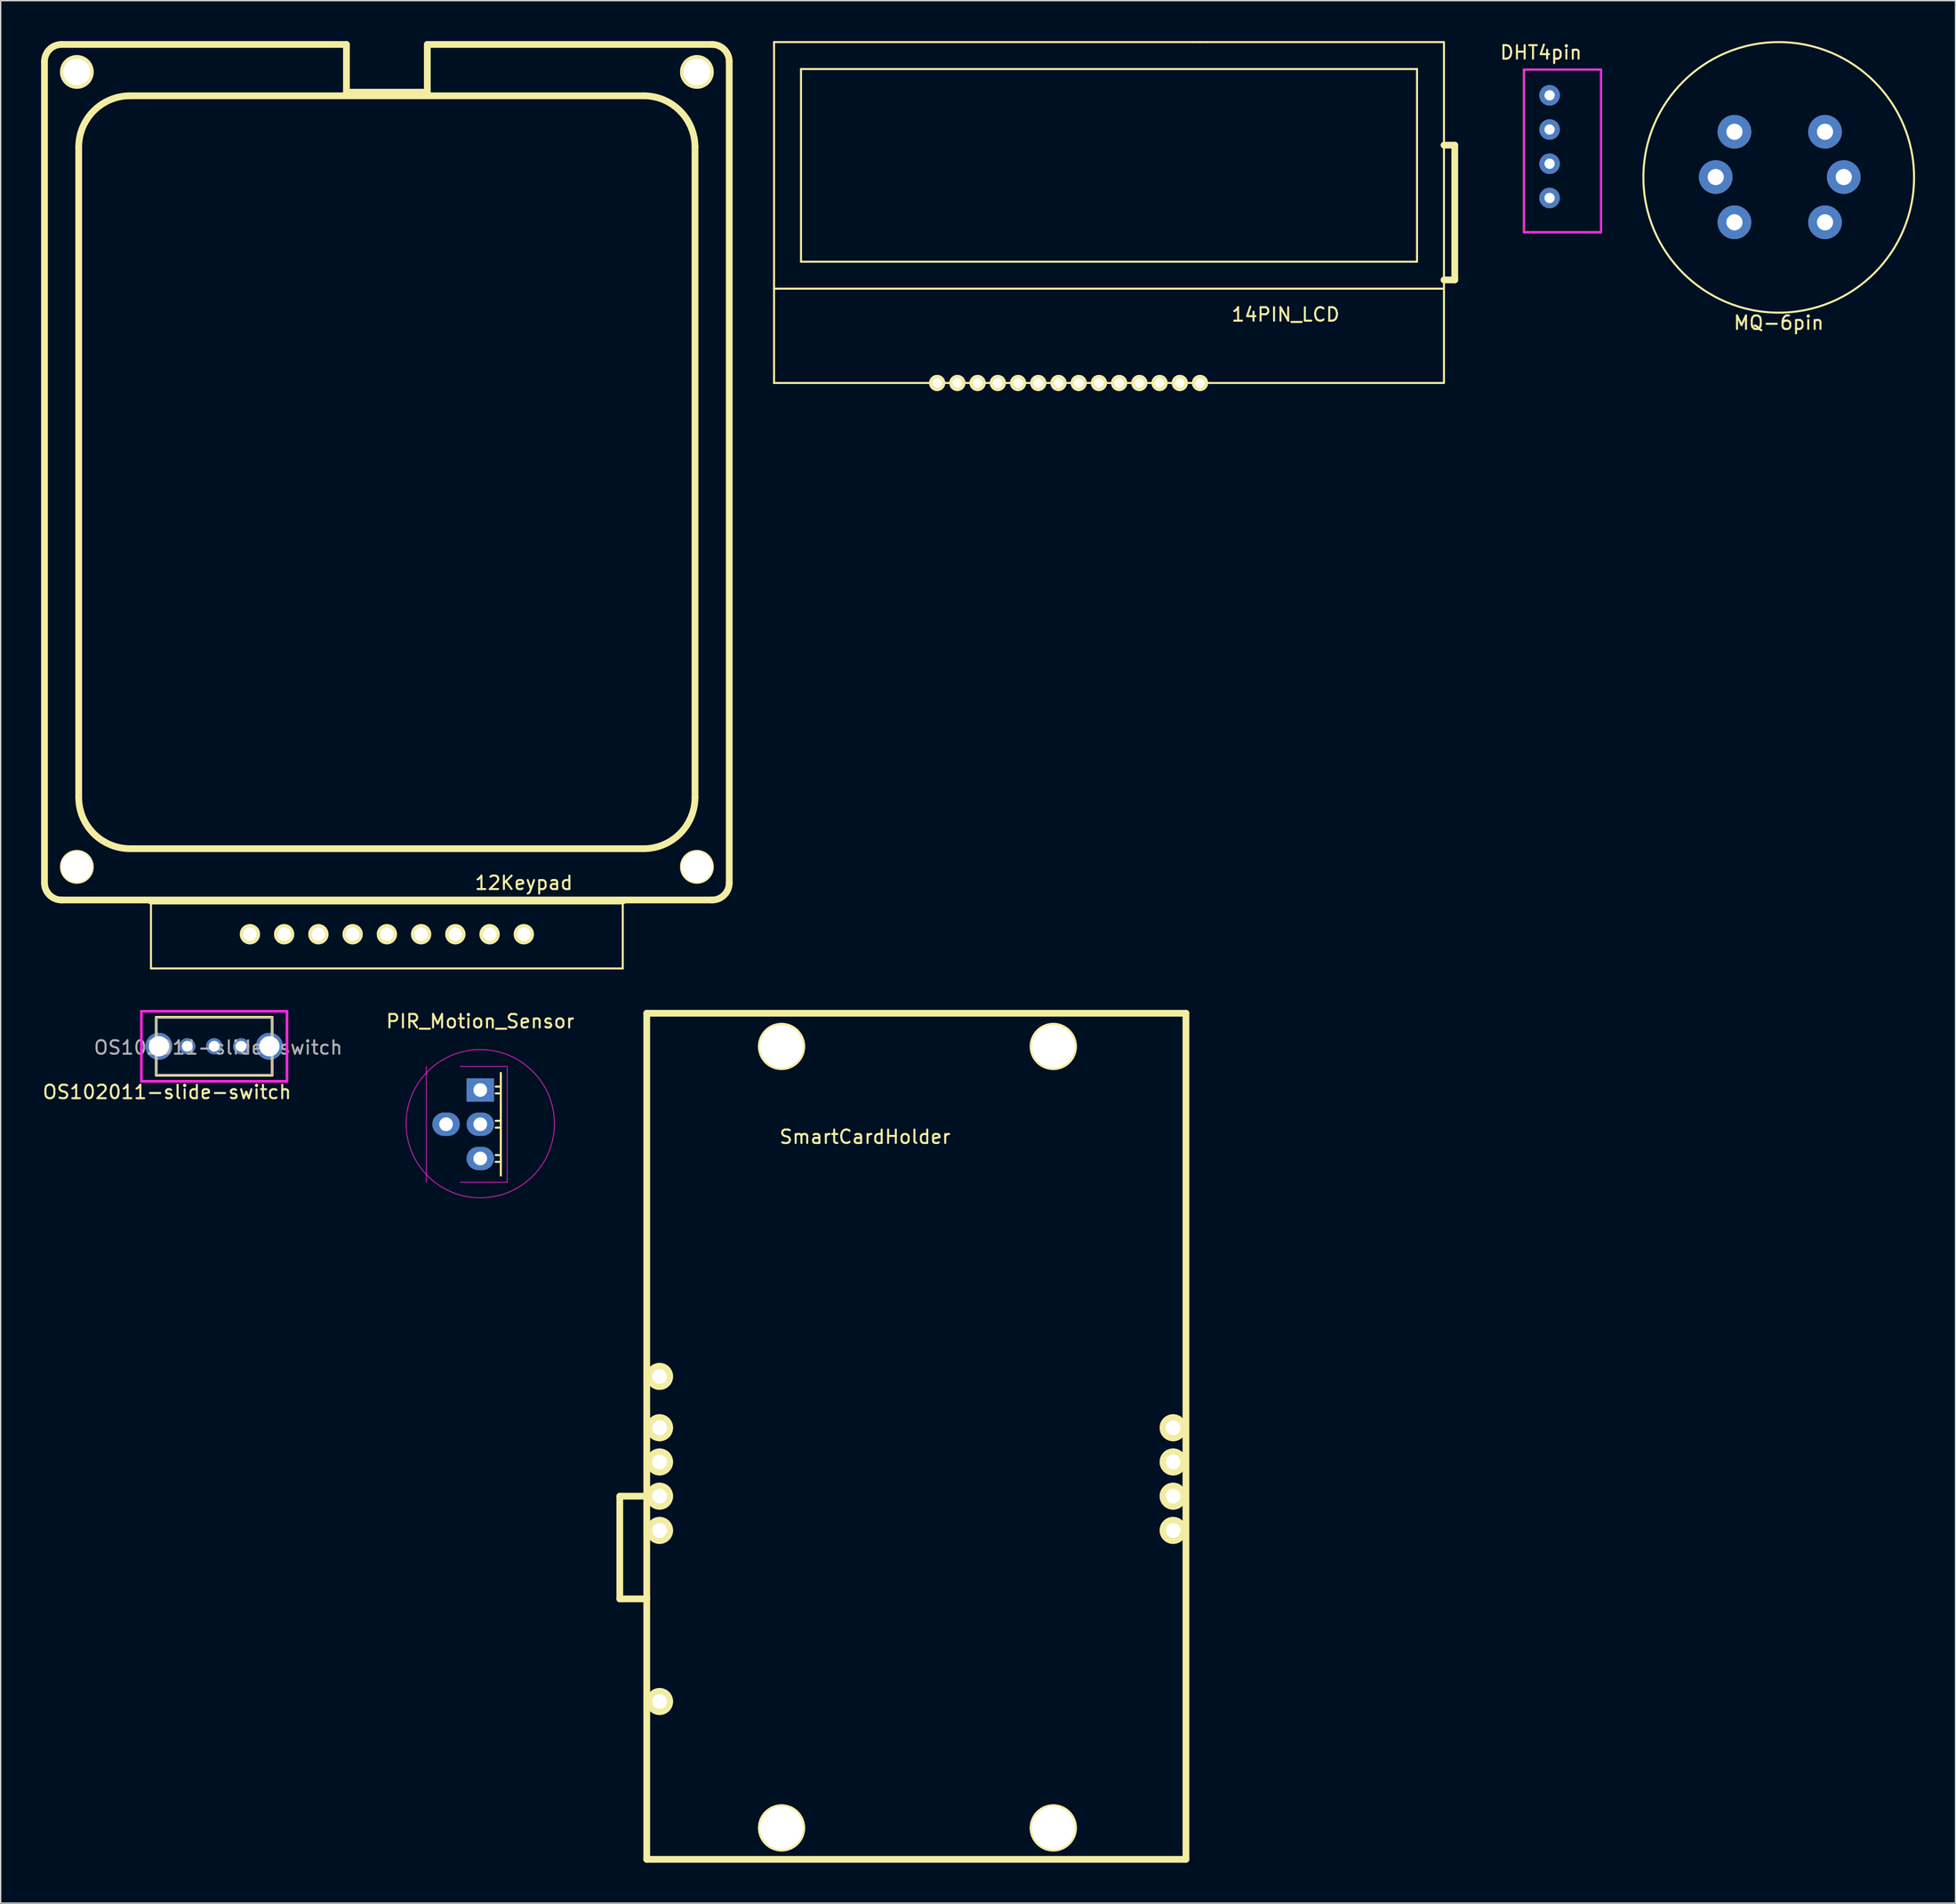
<source format=kicad_pcb>
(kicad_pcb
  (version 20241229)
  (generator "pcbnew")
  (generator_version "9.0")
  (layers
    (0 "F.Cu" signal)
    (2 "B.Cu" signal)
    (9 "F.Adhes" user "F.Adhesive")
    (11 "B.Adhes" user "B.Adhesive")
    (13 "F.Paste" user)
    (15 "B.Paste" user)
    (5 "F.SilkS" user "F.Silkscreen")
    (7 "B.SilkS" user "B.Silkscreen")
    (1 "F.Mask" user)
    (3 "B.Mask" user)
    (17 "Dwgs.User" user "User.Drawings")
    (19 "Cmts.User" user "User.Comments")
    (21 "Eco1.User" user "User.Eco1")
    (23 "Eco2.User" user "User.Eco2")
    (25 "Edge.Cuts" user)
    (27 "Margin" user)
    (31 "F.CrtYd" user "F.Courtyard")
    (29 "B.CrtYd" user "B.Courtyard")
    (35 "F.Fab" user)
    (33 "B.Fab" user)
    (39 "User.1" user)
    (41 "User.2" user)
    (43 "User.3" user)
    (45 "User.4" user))
  (footprint "PIR_Motion_Sensor"
    (layer "F.Cu")
    (at 32.58 77.853)
    (property "Reference" "PIR_Motion_Sensor" (at 0 -5.1 0) (layer "F.SilkS") (effects (font (size 1 1) (thickness 0.15))))
    (attr through_hole)
    (fp_line (start 1.524 -1.27) (end 1.524 1.27) (stroke (width 0.15) (type solid)) (layer "F.SilkS"))
    (fp_line (start 1.524 -0.254) (end 1.143 -0.254) (stroke (width 0.15) (type solid)) (layer "F.SilkS"))
    (fp_line (start 1.524 0.254) (end 1.143 0.254) (stroke (width 0.15) (type solid)) (layer "F.SilkS"))
    (fp_line (start 1.524 1.27) (end 1.524 3.81) (stroke (width 0.15) (type solid)) (layer "F.SilkS"))
    (fp_line (start 1.524 2.286) (end 1.143 2.286) (stroke (width 0.15) (type solid)) (layer "F.SilkS"))
    (fp_line (start 1.524 2.794) (end 1.143 2.794) (stroke (width 0.15) (type solid)) (layer "F.SilkS"))
    (fp_line (start 1.524 3.81) (end 1.524 6.35) (stroke (width 0.15) (type solid)) (layer "F.SilkS"))
    (fp_line (start 1.524 4.826) (end 1.143 4.826) (stroke (width 0.15) (type solid)) (layer "F.SilkS"))
    (fp_line (start 1.524 5.334) (end 1.143 5.334) (stroke (width 0.15) (type solid)) (layer "F.SilkS"))
    (fp_line (start -4 -1.75) (end -4 6.85) (stroke (width 0.05) (type solid)) (layer "F.CrtYd"))
    (fp_line (start -1.5 -1.75) (end 2 -1.75) (stroke (width 0.05) (type solid)) (layer "F.CrtYd"))
    (fp_line (start -1.5 6.85) (end 2 6.85) (stroke (width 0.05) (type solid)) (layer "F.CrtYd"))
    (fp_line (start 2 -1.7) (end 2 6.85) (stroke (width 0.05) (type solid)) (layer "F.CrtYd"))
    (fp_circle (center 0 2.5) (end 5.5 2.5) (stroke (width 0.05) (type solid)) (fill no) (layer "F.CrtYd"))
    (pad "1" thru_hole rect (at 0 0) (size 2.032 1.727) (drill 1.016) (layers "*.Cu" "*.Mask"))
    (pad "2" thru_hole oval (at -2.54 2.54) (size 2.032 1.727) (drill 1.016) (layers "*.Cu" "*.Mask"))
    (pad "2" thru_hole oval (at 0 2.54) (size 2.032 1.727) (drill 1.016) (layers "*.Cu" "*.Mask"))
    (pad "3" thru_hole oval (at 0 5.08) (size 2.032 1.727) (drill 1.016) (layers "*.Cu" "*.Mask")))
  (footprint "DHT4pin"
    (layer "F.Cu")
    (at 111.909 7.833)
    (property "Reference" "DHT4pin" (at -0.635 -6.985 0) (layer "F.SilkS") (effects (font (size 1 1) (thickness 0.15))))
    (attr smd)
    (fp_line (start -1.905 -5.715) (end 3.81 -5.715) (stroke (width 0.15) (type solid)) (layer "F.SilkS"))
    (fp_line (start -1.905 6.35) (end -1.905 -5.715) (stroke (width 0.15) (type solid)) (layer "F.SilkS"))
    (fp_line (start 3.81 -5.715) (end 3.81 6.35) (stroke (width 0.15) (type solid)) (layer "F.SilkS"))
    (fp_line (start 3.81 6.35) (end -1.905 6.35) (stroke (width 0.15) (type solid)) (layer "F.SilkS"))
    (fp_line (start -1.905 -5.715) (end 3.81 -5.715) (stroke (width 0.15) (type solid)) (layer "F.CrtYd"))
    (fp_line (start -1.905 6.35) (end -1.905 -5.715) (stroke (width 0.15) (type solid)) (layer "F.CrtYd"))
    (fp_line (start 3.81 -5.715) (end 3.81 6.35) (stroke (width 0.15) (type solid)) (layer "F.CrtYd"))
    (fp_line (start 3.81 6.35) (end -1.905 6.35) (stroke (width 0.15) (type solid)) (layer "F.CrtYd"))
    (pad "1" thru_hole circle (at 0 3.81 90) (size 1.524 1.524) (drill 0.762) (layers "*.Cu" "*.Paste" "*.Mask"))
    (pad "2" thru_hole circle (at 0 1.27 90) (size 1.524 1.524) (drill 0.762) (layers "*.Cu" "*.Paste" "*.Mask"))
    (pad "3" thru_hole circle (at 0 -1.27 90) (size 1.524 1.524) (drill 0.762) (layers "*.Cu" "*.Paste" "*.Mask"))
    (pad "4" thru_hole circle (at 0 -3.81 90) (size 1.524 1.524) (drill 0.762) (layers "*.Cu" "*.Paste" "*.Mask")))
  (footprint "14PIN_LCD"
    (layer "F.Cu")
    (at 85.975 25.375)
    (property "Reference" "14PIN_LCD" (at 6.35 -5.08 0) (layer "F.SilkS") (effects (font (size 1 1) (thickness 0.15))))
    (attr through_hole)
    (fp_line (start -31.6 -7) (end 18.1 -7) (stroke (width 0.15) (type solid)) (layer "F.SilkS"))
    (fp_line (start -31.6 0) (end -31.6 -25.3) (stroke (width 0.15) (type solid)) (layer "F.SilkS"))
    (fp_line (start -29.6 -23.3) (end 16.1 -23.3) (stroke (width 0.15) (type solid)) (layer "F.SilkS"))
    (fp_line (start -29.6 -9) (end -29.6 -23.3) (stroke (width 0.15) (type solid)) (layer "F.SilkS"))
    (fp_line (start -29.6 -9) (end 16.1 -9) (stroke (width 0.15) (type solid)) (layer "F.SilkS"))
    (fp_line (start 0 -25.3) (end -31.6 -25.3) (stroke (width 0.15) (type solid)) (layer "F.SilkS"))
    (fp_line (start 0 -25.3) (end 18.1 -25.3) (stroke (width 0.15) (type solid)) (layer "F.SilkS"))
    (fp_line (start 0 0) (end -31.6 0) (stroke (width 0.15) (type solid)) (layer "F.SilkS"))
    (fp_line (start 0 0) (end 18.1 0) (stroke (width 0.15) (type solid)) (layer "F.SilkS"))
    (fp_line (start 16.1 -9) (end 16.1 -23.3) (stroke (width 0.15) (type solid)) (layer "F.SilkS"))
    (fp_line (start 18.1 -17.65) (end 18.9 -17.65) (stroke (width 0.5) (type solid)) (layer "F.SilkS"))
    (fp_line (start 18.1 -7.65) (end 18.9 -7.65) (stroke (width 0.5) (type solid)) (layer "F.SilkS"))
    (fp_line (start 18.1 0) (end 18.1 -25.3) (stroke (width 0.15) (type solid)) (layer "F.SilkS"))
    (fp_line (start 18.9 -17.65) (end 18.9 -7.65) (stroke (width 0.5) (type solid)) (layer "F.SilkS"))
    (pad "1" thru_hole circle (at 0 0) (size 1.2 1.2) (drill 0.7) (layers "*.Cu" "*.Mask" "F.SilkS"))
    (pad "2" thru_hole circle (at -1.5 0) (size 1.2 1.2) (drill 0.7) (layers "*.Cu" "*.Mask" "F.SilkS"))
    (pad "3" thru_hole circle (at -3 0) (size 1.2 1.2) (drill 0.7) (layers "*.Cu" "*.Mask" "F.SilkS"))
    (pad "4" thru_hole circle (at -4.5 0) (size 1.2 1.2) (drill 0.7) (layers "*.Cu" "*.Mask" "F.SilkS"))
    (pad "5" thru_hole circle (at -6 0) (size 1.2 1.2) (drill 0.7) (layers "*.Cu" "*.Mask" "F.SilkS"))
    (pad "6" thru_hole circle (at -7.5 0) (size 1.2 1.2) (drill 0.7) (layers "*.Cu" "*.Mask" "F.SilkS"))
    (pad "7" thru_hole circle (at -9 0) (size 1.2 1.2) (drill 0.7) (layers "*.Cu" "*.Mask" "F.SilkS"))
    (pad "8" thru_hole circle (at -10.5 0) (size 1.2 1.2) (drill 0.7) (layers "*.Cu" "*.Mask" "F.SilkS"))
    (pad "9" thru_hole circle (at -12 0) (size 1.2 1.2) (drill 0.7) (layers "*.Cu" "*.Mask" "F.SilkS"))
    (pad "10" thru_hole circle (at -13.5 0) (size 1.2 1.2) (drill 0.7) (layers "*.Cu" "*.Mask" "F.SilkS"))
    (pad "11" thru_hole circle (at -15 0) (size 1.2 1.2) (drill 0.7) (layers "*.Cu" "*.Mask" "F.SilkS"))
    (pad "12" thru_hole circle (at -16.5 0) (size 1.2 1.2) (drill 0.7) (layers "*.Cu" "*.Mask" "F.SilkS"))
    (pad "13" thru_hole circle (at -18 0) (size 1.2 1.2) (drill 0.7) (layers "*.Cu" "*.Mask" "F.SilkS"))
    (pad "14" thru_hole circle (at -19.5 0) (size 1.2 1.2) (drill 0.7) (layers "*.Cu" "*.Mask" "F.SilkS")))
  (footprint "12Keypad"
    (layer "F.Cu")
    (at 25.65 66.29)
    (property "Reference" "12Keypad" (at 10.16 -3.81 0) (layer "F.SilkS") (effects (font (size 1 1) (thickness 0.15))))
    (attr through_hole)
    (fp_line (start -25.4 -3.81) (end -25.4 -64.77) (stroke (width 0.5) (type solid)) (layer "F.SilkS"))
    (fp_line (start -24.13 -66.04) (end -3 -66.04) (stroke (width 0.5) (type solid)) (layer "F.SilkS"))
    (fp_line (start -24.13 -2.54) (end 24.13 -2.54) (stroke (width 0.5) (type solid)) (layer "F.SilkS"))
    (fp_line (start -22.86 -58.42) (end -22.86 -10.16) (stroke (width 0.5) (type solid)) (layer "F.SilkS"))
    (fp_line (start -19.05 -62.23) (end 19.05 -62.23) (stroke (width 0.5) (type solid)) (layer "F.SilkS"))
    (fp_line (start -19.05 -6.35) (end 19.05 -6.35) (stroke (width 0.5) (type solid)) (layer "F.SilkS"))
    (fp_line (start -17.5 2.54) (end -17.5 -2.46) (stroke (width 0.15) (type solid)) (layer "F.SilkS"))
    (fp_line (start -17.5 2.54) (end 17.5 2.54) (stroke (width 0.15) (type solid)) (layer "F.SilkS"))
    (fp_line (start -3 -62.5) (end -3 -66.04) (stroke (width 0.5) (type solid)) (layer "F.SilkS"))
    (fp_line (start 3 -66.04) (end 24.13 -66.04) (stroke (width 0.5) (type solid)) (layer "F.SilkS"))
    (fp_line (start 3 -62.5) (end -3 -62.5) (stroke (width 0.5) (type solid)) (layer "F.SilkS"))
    (fp_line (start 3 -62.5) (end 3 -66.04) (stroke (width 0.5) (type solid)) (layer "F.SilkS"))
    (fp_line (start 17.5 -2.46) (end -17.5 -2.46) (stroke (width 0.5) (type solid)) (layer "F.SilkS"))
    (fp_line (start 17.5 2.54) (end 17.5 -2.46) (stroke (width 0.15) (type solid)) (layer "F.SilkS"))
    (fp_line (start 22.86 -58.42) (end 22.86 -10.16) (stroke (width 0.5) (type solid)) (layer "F.SilkS"))
    (fp_line (start 25.4 -3.81) (end 25.4 -64.77) (stroke (width 0.5) (type solid)) (layer "F.SilkS"))
    (fp_arc (start -25.4 -64.77) (mid -25.028026 -65.668026) (end -24.13 -66.04) (stroke (width 0.5) (type solid)) (layer "F.SilkS"))
    (fp_arc (start -24.13 -2.54) (mid -25.028026 -2.911974) (end -25.4 -3.81) (stroke (width 0.5) (type solid)) (layer "F.SilkS"))
    (fp_arc (start -22.86 -58.42) (mid -21.744077 -61.114077) (end -19.05 -62.23) (stroke (width 0.5) (type solid)) (layer "F.SilkS"))
    (fp_arc (start -19.05 -6.35) (mid -21.744077 -7.465923) (end -22.86 -10.16) (stroke (width 0.5) (type solid)) (layer "F.SilkS"))
    (fp_arc (start 19.05 -62.23) (mid 21.744077 -61.114077) (end 22.86 -58.42) (stroke (width 0.5) (type solid)) (layer "F.SilkS"))
    (fp_arc (start 22.86 -10.16) (mid 21.744077 -7.465923) (end 19.05 -6.35) (stroke (width 0.5) (type solid)) (layer "F.SilkS"))
    (fp_arc (start 24.13 -66.04) (mid 25.028026 -65.668026) (end 25.4 -64.77) (stroke (width 0.5) (type solid)) (layer "F.SilkS"))
    (fp_arc (start 25.4 -3.81) (mid 25.028026 -2.911974) (end 24.13 -2.54) (stroke (width 0.5) (type solid)) (layer "F.SilkS"))
    (pad "" np_thru_hole circle (at -23 -64) (size 2.5 2.5) (drill 2) (layers "*.Cu" "*.Mask" "F.SilkS"))
    (pad "" np_thru_hole circle (at -23 -5) (size 2.5 2.5) (drill 2.3) (layers "*.Cu" "*.Mask" "F.SilkS"))
    (pad "" np_thru_hole circle (at -10.16 0) (size 1.5 1.5) (drill 1) (layers "*.Cu" "*.Mask" "F.SilkS"))
    (pad "" np_thru_hole circle (at 10.16 0) (size 1.5 1.5) (drill 1) (layers "*.Cu" "*.Mask" "F.SilkS"))
    (pad "" np_thru_hole circle (at 23 -64) (size 2.5 2.5) (drill 2) (layers "*.Cu" "*.Mask" "F.SilkS"))
    (pad "" np_thru_hole circle (at 23 -5) (size 2.5 2.5) (drill 2.3) (layers "*.Cu" "*.Mask" "F.SilkS"))
    (pad "1" thru_hole circle (at -7.62 0) (size 1.5 1.5) (drill 1) (layers "*.Cu" "*.Mask" "F.SilkS"))
    (pad "2" thru_hole circle (at -5.08 0) (size 1.5 1.5) (drill 1) (layers "*.Cu" "*.Mask" "F.SilkS"))
    (pad "3" thru_hole circle (at -2.54 0) (size 1.5 1.5) (drill 1) (layers "*.Cu" "*.Mask" "F.SilkS"))
    (pad "4" thru_hole circle (at 0 0) (size 1.5 1.5) (drill 1) (layers "*.Cu" "*.Mask" "F.SilkS"))
    (pad "5" thru_hole circle (at 2.54 0) (size 1.5 1.5) (drill 1) (layers "*.Cu" "*.Mask" "F.SilkS"))
    (pad "6" thru_hole circle (at 5.08 0) (size 1.5 1.5) (drill 1) (layers "*.Cu" "*.Mask" "F.SilkS"))
    (pad "7" thru_hole circle (at 7.62 0) (size 1.5 1.5) (drill 1) (layers "*.Cu" "*.Mask" "F.SilkS")))
  (footprint "MQ-6pin"
    (layer "F.Cu")
    (at 128.909 10.115)
    (property "Reference" "MQ-6pin" (at 0 10.795 0) (layer "F.SilkS") (effects (font (size 1 1) (thickness 0.15))))
    (attr smd)
    (fp_circle (center 0 0) (end 8.255 5.715) (stroke (width 0.15) (type solid)) (fill no) (layer "F.SilkS"))
    (pad "A" thru_hole circle (at -3.284 -3.384) (size 2.5 2.5) (drill 1.2) (layers "*.Cu" "*.Paste" "*.Mask"))
    (pad "A" thru_hole circle (at -3.284 3.334) (size 2.5 2.5) (drill 1.2) (layers "*.Cu" "*.Paste" "*.Mask"))
    (pad "B" thru_hole circle (at 3.434 -3.384) (size 2.5 2.5) (drill 1.2) (layers "*.Cu" "*.Paste" "*.Mask"))
    (pad "B" thru_hole circle (at 3.434 3.334) (size 2.5 2.5) (drill 1.2) (layers "*.Cu" "*.Paste" "*.Mask"))
    (pad "H1" thru_hole circle (at -4.675 -0.025) (size 2.5 2.5) (drill 1.2) (layers "*.Cu" "*.Paste" "*.Mask"))
    (pad "H2" thru_hole circle (at 4.825 -0.025) (size 2.5 2.5) (drill 1.2) (layers "*.Cu" "*.Paste" "*.Mask")))
  (footprint "SmartCardHolder"
    (layer "F.Cu")
    (at 64.931 102.92)
    (property "Reference" "SmartCardHolder" (at -3.81 -21.59 0) (layer "F.SilkS") (effects (font (size 1 1) (thickness 0.15))))
    (attr through_hole)
    (fp_line (start -22 5.08) (end -22 12.7) (stroke (width 0.5) (type solid)) (layer "F.SilkS"))
    (fp_line (start -20 -30.765) (end -20 32.035) (stroke (width 0.5) (type solid)) (layer "F.SilkS"))
    (fp_line (start -20 -30.765) (end 20 -30.765) (stroke (width 0.5) (type solid)) (layer "F.SilkS"))
    (fp_line (start -20 5.08) (end -22 5.08) (stroke (width 0.5) (type solid)) (layer "F.SilkS"))
    (fp_line (start -20 12.7) (end -22 12.7) (stroke (width 0.5) (type solid)) (layer "F.SilkS"))
    (fp_line (start -20 32.035) (end 20 32.035) (stroke (width 0.5) (type solid)) (layer "F.SilkS"))
    (fp_line (start 20 -30.765) (end 20 32.035) (stroke (width 0.5) (type solid)) (layer "F.SilkS"))
    (pad "" np_thru_hole circle (at -10 -28.3) (size 3.5 3.5) (drill 3.2) (layers "*.Cu" "*.Mask" "F.SilkS"))
    (pad "" np_thru_hole circle (at -10 29.7) (size 3.5 3.5) (drill 3.2) (layers "*.Cu" "*.Mask" "F.SilkS"))
    (pad "" np_thru_hole circle (at 10.16 -28.3) (size 3.5 3.5) (drill 3.2) (layers "*.Cu" "*.Mask" "F.SilkS"))
    (pad "" np_thru_hole circle (at 10.16 29.7) (size 3.5 3.5) (drill 3.2) (layers "*.Cu" "*.Mask" "F.SilkS"))
    (pad "1" thru_hole circle (at -19.05 7.62) (size 2 2) (drill 1.1) (layers "*.Cu" "*.Mask" "F.SilkS"))
    (pad "2" thru_hole circle (at -19.05 5.08) (size 2 2) (drill 1.1) (layers "*.Cu" "*.Mask" "F.SilkS"))
    (pad "3" thru_hole circle (at -19.05 2.54) (size 2 2) (drill 1.1) (layers "*.Cu" "*.Mask" "F.SilkS"))
    (pad "4" thru_hole circle (at -19.05 0) (size 2 2) (drill 1.1) (layers "*.Cu" "*.Mask" "F.SilkS"))
    (pad "5" thru_hole circle (at 19.05 7.62) (size 2 2) (drill 1.1) (layers "*.Cu" "*.Mask" "F.SilkS"))
    (pad "6" thru_hole circle (at 19.05 5.08) (size 2 2) (drill 1.1) (layers "*.Cu" "*.Mask" "F.SilkS"))
    (pad "7" thru_hole circle (at 19.05 2.54) (size 2 2) (drill 1.1) (layers "*.Cu" "*.Mask" "F.SilkS"))
    (pad "8" thru_hole circle (at 19.05 0) (size 2 2) (drill 1.1) (layers "*.Cu" "*.Mask" "F.SilkS"))
    (pad "9" thru_hole circle (at -19.05 -3.81) (size 2 2) (drill 1.1) (layers "*.Cu" "*.Mask" "F.SilkS"))
    (pad "10" thru_hole circle (at -19.05 20.32) (size 2 2) (drill 1.1) (layers "*.Cu" "*.Mask" "F.SilkS")))
  (footprint "OS102011-slide-switch"
    (layer "F.Cu")
    (at 12.839 74.605)
    (property "Reference" "OS102011-slide-switch" (at -3.5 3.4 0) (layer "F.SilkS") (effects (font (size 1 1) (thickness 0.15))))
    (attr through_hole)
    (fp_line (start -4.3 -2.15) (end -4.3 2.15) (stroke (width 0.2) (type solid)) (layer "F.SilkS"))
    (fp_line (start -4.3 -2.15) (end 4.3 -2.15) (stroke (width 0.2) (type solid)) (layer "F.SilkS"))
    (fp_line (start -4.3 2.15) (end 4.3 2.15) (stroke (width 0.2) (type solid)) (layer "F.SilkS"))
    (fp_line (start 4.3 -2.15) (end 4.3 2.15) (stroke (width 0.2) (type solid)) (layer "F.SilkS"))
    (fp_line (start -5.4 -2.6) (end -5.4 2.6) (stroke (width 0.2) (type solid)) (layer "F.CrtYd"))
    (fp_line (start -5.4 -2.6) (end 5.4 -2.6) (stroke (width 0.2) (type solid)) (layer "F.CrtYd"))
    (fp_line (start -5.4 2.6) (end 5.4 2.6) (stroke (width 0.2) (type solid)) (layer "F.CrtYd"))
    (fp_line (start 5.4 -2.6) (end 5.4 2.6) (stroke (width 0.2) (type solid)) (layer "F.CrtYd"))
    (fp_line (start -4.3 -2.1) (end 4.3 -2.1) (stroke (width 0.1) (type solid)) (layer "F.Fab"))
    (fp_line (start -4.3 2.1) (end -4.3 -2.1) (stroke (width 0.1) (type solid)) (layer "F.Fab"))
    (fp_line (start 4.3 -2.1) (end 4.3 2.1) (stroke (width 0.1) (type solid)) (layer "F.Fab"))
    (fp_line (start 4.3 2.1) (end -4.3 2.1) (stroke (width 0.1) (type solid)) (layer "F.Fab"))
    (fp_text user "${REFERENCE}" (at 0.3 0.1 0) (layer "F.Fab") (effects (font (size 1 1) (thickness 0.15))))
    (pad "" np_thru_hole circle (at -4.1 0) (size 2 2) (drill 1.5) (layers "*.Cu" "*.Mask"))
    (pad "" np_thru_hole circle (at 4.1 0) (size 2 2) (drill 1.5) (layers "*.Cu" "*.Mask"))
    (pad "1" thru_hole circle (at -2 0) (size 1.2 1.2) (drill 0.8) (layers "*.Cu" "*.Mask"))
    (pad "2" thru_hole circle (at 0 0) (size 1.2 1.2) (drill 0.8) (layers "*.Cu" "*.Mask"))
    (pad "3" thru_hole circle (at 2 0) (size 1.2 1.2) (drill 0.8) (layers "*.Cu" "*.Mask")))
  (gr_rect
    (start -3 -3)
    (end 142.024 138.205)
    (stroke (width 0.1) (type default))
    (fill no)
    (layer "Edge.Cuts")))
</source>
